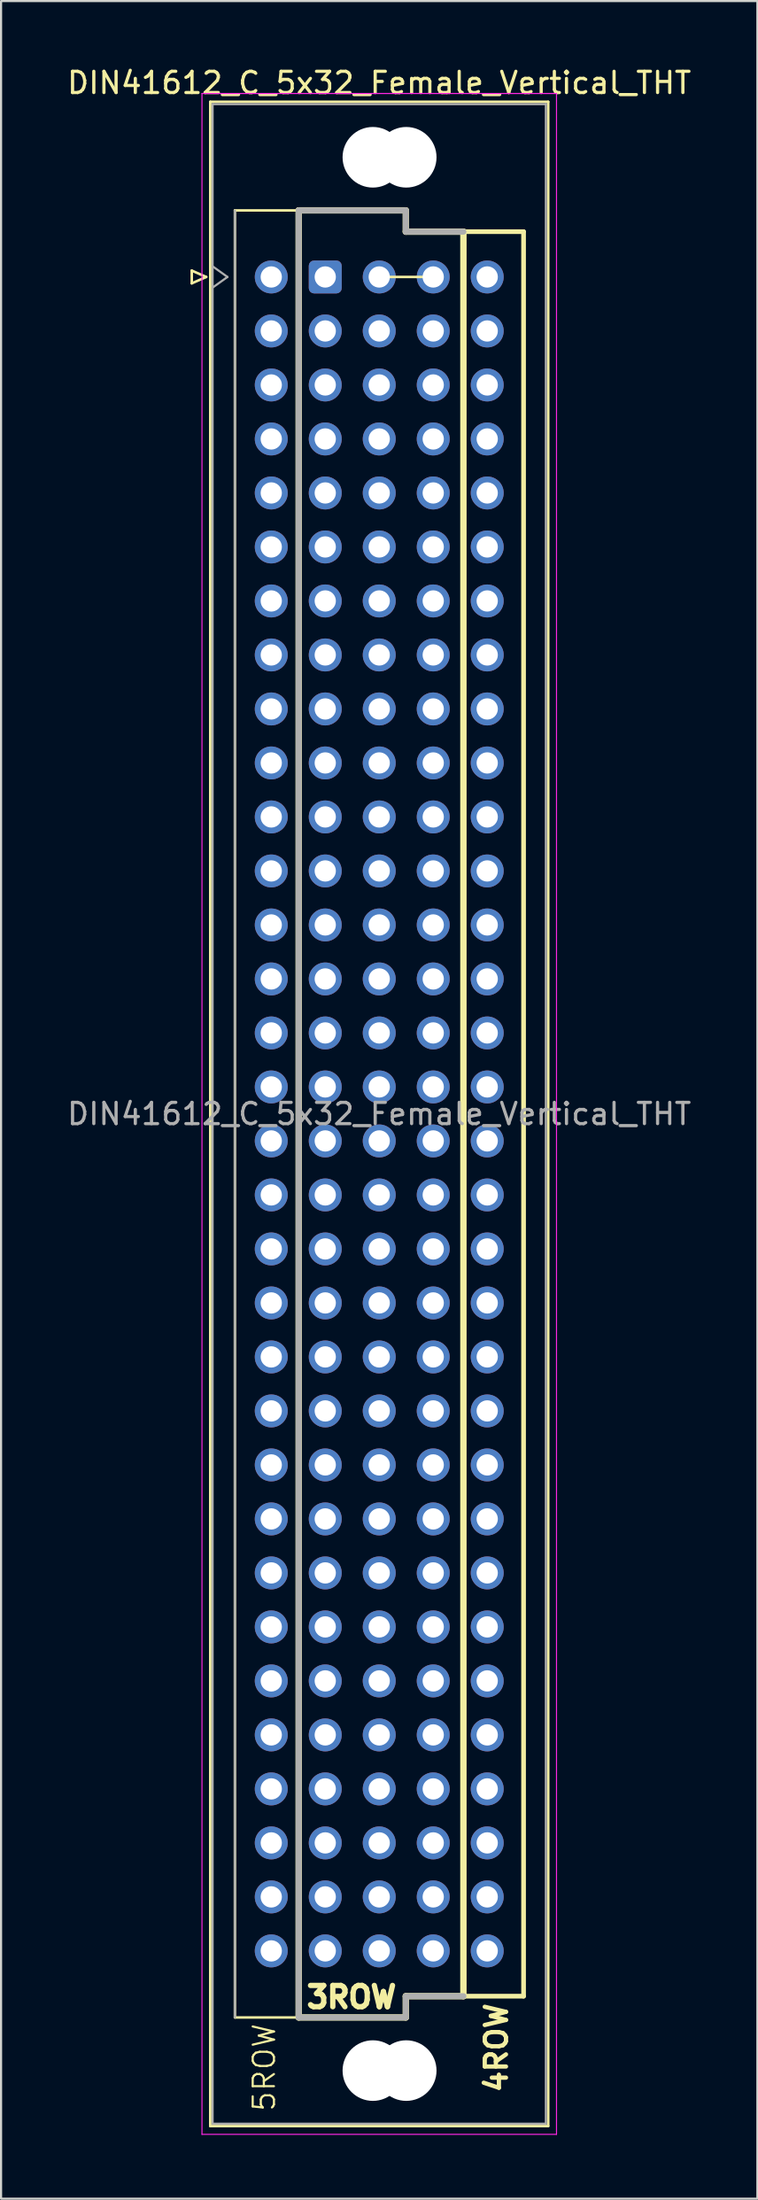
<source format=kicad_pcb>
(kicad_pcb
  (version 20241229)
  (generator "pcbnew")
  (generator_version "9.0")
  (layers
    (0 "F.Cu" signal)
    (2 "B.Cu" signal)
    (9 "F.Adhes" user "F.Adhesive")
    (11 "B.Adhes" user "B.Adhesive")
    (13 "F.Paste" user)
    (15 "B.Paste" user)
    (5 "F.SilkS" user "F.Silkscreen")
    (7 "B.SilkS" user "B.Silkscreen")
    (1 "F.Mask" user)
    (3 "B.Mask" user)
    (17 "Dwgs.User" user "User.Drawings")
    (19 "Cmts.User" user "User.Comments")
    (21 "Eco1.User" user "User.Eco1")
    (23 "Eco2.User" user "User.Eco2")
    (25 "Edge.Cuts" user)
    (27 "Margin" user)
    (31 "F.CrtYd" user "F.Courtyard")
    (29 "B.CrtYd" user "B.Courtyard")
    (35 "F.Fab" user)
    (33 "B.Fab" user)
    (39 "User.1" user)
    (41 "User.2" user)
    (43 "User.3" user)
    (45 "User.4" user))
  (footprint "DIN41612_C_5x32_Female_Vertical_THT"
    (layer "F.Cu")
    (at 12.252 9.978)
    (property "Reference" "DIN41612_C_5x32_Female_Vertical_THT" (at 2.54 -9.13 0) (layer "F.SilkS") (effects (font (size 1 1) (thickness 0.15))))
    (attr through_hole)
    (fp_line (start -6.28 -0.3) (end -6.28 0.3) (stroke (width 0.12) (type solid)) (layer "F.SilkS"))
    (fp_line (start -6.28 0.3) (end -5.6 0) (stroke (width 0.12) (type solid)) (layer "F.SilkS"))
    (fp_line (start -5.6 0) (end -6.28 -0.3) (stroke (width 0.12) (type solid)) (layer "F.SilkS"))
    (fp_line (start -5.41 -8.24) (end 10.49 -8.24) (stroke (width 0.12) (type solid)) (layer "F.SilkS"))
    (fp_line (start -5.41 86.98) (end -5.41 -8.24) (stroke (width 0.12) (type solid)) (layer "F.SilkS"))
    (fp_line (start -4.25 81.87) (end -4.25 -3.131) (stroke (width 0.12) (type solid)) (layer "F.SilkS"))
    (fp_line (start -1.25 -3.131) (end -4.25 -3.131) (stroke (width 0.12) (type solid)) (layer "F.SilkS"))
    (fp_line (start -1.25 -3.131) (end 3.79 -3.131) (stroke (width 0.3) (type solid)) (layer "F.SilkS"))
    (fp_line (start -1.25 81.87) (end -4.25 81.87) (stroke (width 0.12) (type solid)) (layer "F.SilkS"))
    (fp_line (start -1.25 81.87) (end -1.25 -3.131) (stroke (width 0.3) (type solid)) (layer "F.SilkS"))
    (fp_line (start 2.54 0) (end 5.08 0) (stroke (width 0.12) (type default)) (layer "F.SilkS"))
    (fp_line (start 3.79 -3.131) (end 3.79 -2.131) (stroke (width 0.3) (type solid)) (layer "F.SilkS"))
    (fp_line (start 3.79 -2.131) (end 6.5 -2.131) (stroke (width 0.3) (type solid)) (layer "F.SilkS"))
    (fp_line (start 3.79 80.87) (end 3.79 81.87) (stroke (width 0.3) (type solid)) (layer "F.SilkS"))
    (fp_line (start 3.79 81.87) (end -1.25 81.87) (stroke (width 0.3) (type solid)) (layer "F.SilkS"))
    (fp_line (start 6.5 -2.131) (end 6.5 80.87) (stroke (width 0.3) (type solid)) (layer "F.SilkS"))
    (fp_line (start 6.5 80.87) (end 3.79 80.87) (stroke (width 0.3) (type solid)) (layer "F.SilkS"))
    (fp_line (start 9.33 -2.131) (end 6.5 -2.131) (stroke (width 0.22) (type solid)) (layer "F.SilkS"))
    (fp_line (start 9.33 -2.131) (end 9.33 80.87) (stroke (width 0.22) (type solid)) (layer "F.SilkS"))
    (fp_line (start 9.33 80.87) (end 6.5 80.87) (stroke (width 0.22) (type solid)) (layer "F.SilkS"))
    (fp_line (start 10.49 -8.24) (end 10.49 86.98) (stroke (width 0.12) (type solid)) (layer "F.SilkS"))
    (fp_line (start 10.49 86.98) (end -5.41 86.98) (stroke (width 0.12) (type solid)) (layer "F.SilkS"))
    (fp_line (start -5.8 -8.63) (end 10.88 -8.63) (stroke (width 0.05) (type solid)) (layer "F.CrtYd"))
    (fp_line (start -5.8 87.37) (end -5.8 -8.63) (stroke (width 0.05) (type solid)) (layer "F.CrtYd"))
    (fp_line (start 10.88 -8.63) (end 10.88 87.37) (stroke (width 0.05) (type solid)) (layer "F.CrtYd"))
    (fp_line (start 10.88 87.37) (end -5.8 87.37) (stroke (width 0.05) (type solid)) (layer "F.CrtYd"))
    (fp_line (start -5.3 -8.13) (end 10.38 -8.13) (stroke (width 0.1) (type solid)) (layer "F.Fab"))
    (fp_line (start -5.3 -0.5) (end -4.6 0) (stroke (width 0.1) (type solid)) (layer "F.Fab"))
    (fp_line (start -5.3 86.87) (end -5.3 -8.13) (stroke (width 0.1) (type solid)) (layer "F.Fab"))
    (fp_line (start -4.6 0) (end -5.3 0.5) (stroke (width 0.1) (type solid)) (layer "F.Fab"))
    (fp_line (start -4.25 81.87) (end -4.25 -3.13) (stroke (width 0.1) (type solid)) (layer "F.Fab"))
    (fp_line (start -1.25 -3.13) (end 3.79 -3.13) (stroke (width 0.28) (type solid)) (layer "F.Fab"))
    (fp_line (start -1.25 81.87) (end -1.25 -3.13) (stroke (width 0.28) (type solid)) (layer "F.Fab"))
    (fp_line (start 3.79 -3.13) (end 3.79 -2.13) (stroke (width 0.28) (type solid)) (layer "F.Fab"))
    (fp_line (start 3.79 -2.13) (end 6.5 -2.13) (stroke (width 0.28) (type solid)) (layer "F.Fab"))
    (fp_line (start 3.79 80.87) (end 3.79 81.87) (stroke (width 0.28) (type solid)) (layer "F.Fab"))
    (fp_line (start 3.79 81.87) (end -1.25 81.87) (stroke (width 0.28) (type solid)) (layer "F.Fab"))
    (fp_line (start 6.5 80.87) (end 3.79 80.87) (stroke (width 0.28) (type solid)) (layer "F.Fab"))
    (fp_line (start 10.38 -8.13) (end 10.38 86.87) (stroke (width 0.1) (type solid)) (layer "F.Fab"))
    (fp_line (start 10.38 86.87) (end -5.3 86.87) (stroke (width 0.1) (type solid)) (layer "F.Fab"))
    (fp_text user "5ROW" (at -2.286 86.36 90) (unlocked yes) (layer "F.SilkS") (effects (font (size 1 1) (thickness 0.1)) (justify left bottom)))
    (fp_text user "4ROW" (at 8.636 85.5 90) (unlocked yes) (layer "F.SilkS") (effects (font (size 1 1) (thickness 0.2) (bold yes)) (justify left bottom)))
    (fp_text user "3ROW" (at -1 81.5 0) (unlocked yes) (layer "F.SilkS") (effects (font (size 1 1) (thickness 0.25) (bold yes)) (justify left bottom)))
    (fp_text user "${REFERENCE}" (at 2.54 39.37 0) (layer "F.Fab") (effects (font (size 1 1) (thickness 0.15))))
    (pad "" np_thru_hole circle (at 2.24 -5.63) (size 2.85 2.85) (drill 2.85) (layers "*.Cu" "*.Mask"))
    (pad "" np_thru_hole circle (at 2.24 84.37) (size 2.85 2.85) (drill 2.85) (layers "*.Cu" "*.Mask"))
    (pad "" np_thru_hole circle (at 3.81 -5.63) (size 2.85 2.85) (drill 2.85) (layers "*.Cu" "*.Mask"))
    (pad "" np_thru_hole circle (at 3.81 84.37) (size 2.85 2.85) (drill 2.85) (layers "*.Cu" "*.Mask"))
    (pad "a1" thru_hole roundrect (at 0 0) (size 1.55 1.55) (drill 1) (layers "*.Cu" "*.Mask") (roundrect_rratio 0.161))
    (pad "a2" thru_hole circle (at 0 2.54) (size 1.55 1.55) (drill 1) (layers "*.Cu" "*.Mask"))
    (pad "a3" thru_hole circle (at 0 5.08) (size 1.55 1.55) (drill 1) (layers "*.Cu" "*.Mask"))
    (pad "a4" thru_hole circle (at 0 7.62) (size 1.55 1.55) (drill 1) (layers "*.Cu" "*.Mask"))
    (pad "a5" thru_hole circle (at 0 10.16) (size 1.55 1.55) (drill 1) (layers "*.Cu" "*.Mask"))
    (pad "a6" thru_hole circle (at 0 12.7) (size 1.55 1.55) (drill 1) (layers "*.Cu" "*.Mask"))
    (pad "a7" thru_hole circle (at 0 15.24) (size 1.55 1.55) (drill 1) (layers "*.Cu" "*.Mask"))
    (pad "a8" thru_hole circle (at 0 17.78) (size 1.55 1.55) (drill 1) (layers "*.Cu" "*.Mask"))
    (pad "a9" thru_hole circle (at 0 20.32) (size 1.55 1.55) (drill 1) (layers "*.Cu" "*.Mask"))
    (pad "a10" thru_hole circle (at 0 22.86) (size 1.55 1.55) (drill 1) (layers "*.Cu" "*.Mask"))
    (pad "a11" thru_hole circle (at 0 25.4) (size 1.55 1.55) (drill 1) (layers "*.Cu" "*.Mask"))
    (pad "a12" thru_hole circle (at 0 27.94) (size 1.55 1.55) (drill 1) (layers "*.Cu" "*.Mask"))
    (pad "a13" thru_hole circle (at 0 30.48) (size 1.55 1.55) (drill 1) (layers "*.Cu" "*.Mask"))
    (pad "a14" thru_hole circle (at 0 33.02) (size 1.55 1.55) (drill 1) (layers "*.Cu" "*.Mask"))
    (pad "a15" thru_hole circle (at 0 35.56) (size 1.55 1.55) (drill 1) (layers "*.Cu" "*.Mask"))
    (pad "a16" thru_hole circle (at 0 38.1) (size 1.55 1.55) (drill 1) (layers "*.Cu" "*.Mask"))
    (pad "a17" thru_hole circle (at 0 40.64) (size 1.55 1.55) (drill 1) (layers "*.Cu" "*.Mask"))
    (pad "a18" thru_hole circle (at 0 43.18) (size 1.55 1.55) (drill 1) (layers "*.Cu" "*.Mask"))
    (pad "a19" thru_hole circle (at 0 45.72) (size 1.55 1.55) (drill 1) (layers "*.Cu" "*.Mask"))
    (pad "a20" thru_hole circle (at 0 48.26) (size 1.55 1.55) (drill 1) (layers "*.Cu" "*.Mask"))
    (pad "a21" thru_hole circle (at 0 50.8) (size 1.55 1.55) (drill 1) (layers "*.Cu" "*.Mask"))
    (pad "a22" thru_hole circle (at 0 53.34) (size 1.55 1.55) (drill 1) (layers "*.Cu" "*.Mask"))
    (pad "a23" thru_hole circle (at 0 55.88) (size 1.55 1.55) (drill 1) (layers "*.Cu" "*.Mask"))
    (pad "a24" thru_hole circle (at 0 58.42) (size 1.55 1.55) (drill 1) (layers "*.Cu" "*.Mask"))
    (pad "a25" thru_hole circle (at 0 60.96) (size 1.55 1.55) (drill 1) (layers "*.Cu" "*.Mask"))
    (pad "a26" thru_hole circle (at 0 63.5) (size 1.55 1.55) (drill 1) (layers "*.Cu" "*.Mask"))
    (pad "a27" thru_hole circle (at 0 66.04) (size 1.55 1.55) (drill 1) (layers "*.Cu" "*.Mask"))
    (pad "a28" thru_hole circle (at 0 68.58) (size 1.55 1.55) (drill 1) (layers "*.Cu" "*.Mask"))
    (pad "a29" thru_hole circle (at 0 71.12) (size 1.55 1.55) (drill 1) (layers "*.Cu" "*.Mask"))
    (pad "a30" thru_hole circle (at 0 73.66) (size 1.55 1.55) (drill 1) (layers "*.Cu" "*.Mask"))
    (pad "a31" thru_hole circle (at 0 76.2) (size 1.55 1.55) (drill 1) (layers "*.Cu" "*.Mask"))
    (pad "a32" thru_hole circle (at 0 78.74) (size 1.55 1.55) (drill 1) (layers "*.Cu" "*.Mask"))
    (pad "b1" thru_hole circle (at 2.54 0) (size 1.55 1.55) (drill 1) (layers "*.Cu" "*.Mask"))
    (pad "b2" thru_hole circle (at 2.54 2.54) (size 1.55 1.55) (drill 1) (layers "*.Cu" "*.Mask"))
    (pad "b3" thru_hole circle (at 2.54 5.08) (size 1.55 1.55) (drill 1) (layers "*.Cu" "*.Mask"))
    (pad "b4" thru_hole circle (at 2.54 7.62) (size 1.55 1.55) (drill 1) (layers "*.Cu" "*.Mask"))
    (pad "b5" thru_hole circle (at 2.54 10.16) (size 1.55 1.55) (drill 1) (layers "*.Cu" "*.Mask"))
    (pad "b6" thru_hole circle (at 2.54 12.7) (size 1.55 1.55) (drill 1) (layers "*.Cu" "*.Mask"))
    (pad "b7" thru_hole circle (at 2.54 15.24) (size 1.55 1.55) (drill 1) (layers "*.Cu" "*.Mask"))
    (pad "b8" thru_hole circle (at 2.54 17.78) (size 1.55 1.55) (drill 1) (layers "*.Cu" "*.Mask"))
    (pad "b9" thru_hole circle (at 2.54 20.32) (size 1.55 1.55) (drill 1) (layers "*.Cu" "*.Mask"))
    (pad "b10" thru_hole circle (at 2.54 22.86) (size 1.55 1.55) (drill 1) (layers "*.Cu" "*.Mask"))
    (pad "b11" thru_hole circle (at 2.54 25.4) (size 1.55 1.55) (drill 1) (layers "*.Cu" "*.Mask"))
    (pad "b12" thru_hole circle (at 2.54 27.94) (size 1.55 1.55) (drill 1) (layers "*.Cu" "*.Mask"))
    (pad "b13" thru_hole circle (at 2.54 30.48) (size 1.55 1.55) (drill 1) (layers "*.Cu" "*.Mask"))
    (pad "b14" thru_hole circle (at 2.54 33.02) (size 1.55 1.55) (drill 1) (layers "*.Cu" "*.Mask"))
    (pad "b15" thru_hole circle (at 2.54 35.56) (size 1.55 1.55) (drill 1) (layers "*.Cu" "*.Mask"))
    (pad "b16" thru_hole circle (at 2.54 38.1) (size 1.55 1.55) (drill 1) (layers "*.Cu" "*.Mask"))
    (pad "b17" thru_hole circle (at 2.54 40.64) (size 1.55 1.55) (drill 1) (layers "*.Cu" "*.Mask"))
    (pad "b18" thru_hole circle (at 2.54 43.18) (size 1.55 1.55) (drill 1) (layers "*.Cu" "*.Mask"))
    (pad "b19" thru_hole circle (at 2.54 45.72) (size 1.55 1.55) (drill 1) (layers "*.Cu" "*.Mask"))
    (pad "b20" thru_hole circle (at 2.54 48.26) (size 1.55 1.55) (drill 1) (layers "*.Cu" "*.Mask"))
    (pad "b21" thru_hole circle (at 2.54 50.8) (size 1.55 1.55) (drill 1) (layers "*.Cu" "*.Mask"))
    (pad "b22" thru_hole circle (at 2.54 53.34) (size 1.55 1.55) (drill 1) (layers "*.Cu" "*.Mask"))
    (pad "b23" thru_hole circle (at 2.54 55.88) (size 1.55 1.55) (drill 1) (layers "*.Cu" "*.Mask"))
    (pad "b24" thru_hole circle (at 2.54 58.42) (size 1.55 1.55) (drill 1) (layers "*.Cu" "*.Mask"))
    (pad "b25" thru_hole circle (at 2.54 60.96) (size 1.55 1.55) (drill 1) (layers "*.Cu" "*.Mask"))
    (pad "b26" thru_hole circle (at 2.54 63.5) (size 1.55 1.55) (drill 1) (layers "*.Cu" "*.Mask"))
    (pad "b27" thru_hole circle (at 2.54 66.04) (size 1.55 1.55) (drill 1) (layers "*.Cu" "*.Mask"))
    (pad "b28" thru_hole circle (at 2.54 68.58) (size 1.55 1.55) (drill 1) (layers "*.Cu" "*.Mask"))
    (pad "b29" thru_hole circle (at 2.54 71.12) (size 1.55 1.55) (drill 1) (layers "*.Cu" "*.Mask"))
    (pad "b30" thru_hole circle (at 2.54 73.66) (size 1.55 1.55) (drill 1) (layers "*.Cu" "*.Mask"))
    (pad "b31" thru_hole circle (at 2.54 76.2) (size 1.55 1.55) (drill 1) (layers "*.Cu" "*.Mask"))
    (pad "b32" thru_hole circle (at 2.54 78.74) (size 1.55 1.55) (drill 1) (layers "*.Cu" "*.Mask"))
    (pad "c1" thru_hole circle (at 5.08 0) (size 1.55 1.55) (drill 1) (layers "*.Cu" "*.Mask"))
    (pad "c2" thru_hole circle (at 5.08 2.54) (size 1.55 1.55) (drill 1) (layers "*.Cu" "*.Mask"))
    (pad "c3" thru_hole circle (at 5.08 5.08) (size 1.55 1.55) (drill 1) (layers "*.Cu" "*.Mask"))
    (pad "c4" thru_hole circle (at 5.08 7.62) (size 1.55 1.55) (drill 1) (layers "*.Cu" "*.Mask"))
    (pad "c5" thru_hole circle (at 5.08 10.16) (size 1.55 1.55) (drill 1) (layers "*.Cu" "*.Mask"))
    (pad "c6" thru_hole circle (at 5.08 12.7) (size 1.55 1.55) (drill 1) (layers "*.Cu" "*.Mask"))
    (pad "c7" thru_hole circle (at 5.08 15.24) (size 1.55 1.55) (drill 1) (layers "*.Cu" "*.Mask"))
    (pad "c8" thru_hole circle (at 5.08 17.78) (size 1.55 1.55) (drill 1) (layers "*.Cu" "*.Mask"))
    (pad "c9" thru_hole circle (at 5.08 20.32) (size 1.55 1.55) (drill 1) (layers "*.Cu" "*.Mask"))
    (pad "c10" thru_hole circle (at 5.08 22.86) (size 1.55 1.55) (drill 1) (layers "*.Cu" "*.Mask"))
    (pad "c11" thru_hole circle (at 5.08 25.4) (size 1.55 1.55) (drill 1) (layers "*.Cu" "*.Mask"))
    (pad "c12" thru_hole circle (at 5.08 27.94) (size 1.55 1.55) (drill 1) (layers "*.Cu" "*.Mask"))
    (pad "c13" thru_hole circle (at 5.08 30.48) (size 1.55 1.55) (drill 1) (layers "*.Cu" "*.Mask"))
    (pad "c14" thru_hole circle (at 5.08 33.02) (size 1.55 1.55) (drill 1) (layers "*.Cu" "*.Mask"))
    (pad "c15" thru_hole circle (at 5.08 35.56) (size 1.55 1.55) (drill 1) (layers "*.Cu" "*.Mask"))
    (pad "c16" thru_hole circle (at 5.08 38.1) (size 1.55 1.55) (drill 1) (layers "*.Cu" "*.Mask"))
    (pad "c17" thru_hole circle (at 5.08 40.64) (size 1.55 1.55) (drill 1) (layers "*.Cu" "*.Mask"))
    (pad "c18" thru_hole circle (at 5.08 43.18) (size 1.55 1.55) (drill 1) (layers "*.Cu" "*.Mask"))
    (pad "c19" thru_hole circle (at 5.08 45.72) (size 1.55 1.55) (drill 1) (layers "*.Cu" "*.Mask"))
    (pad "c20" thru_hole circle (at 5.08 48.26) (size 1.55 1.55) (drill 1) (layers "*.Cu" "*.Mask"))
    (pad "c21" thru_hole circle (at 5.08 50.8) (size 1.55 1.55) (drill 1) (layers "*.Cu" "*.Mask"))
    (pad "c22" thru_hole circle (at 5.08 53.34) (size 1.55 1.55) (drill 1) (layers "*.Cu" "*.Mask"))
    (pad "c23" thru_hole circle (at 5.08 55.88) (size 1.55 1.55) (drill 1) (layers "*.Cu" "*.Mask"))
    (pad "c24" thru_hole circle (at 5.08 58.42) (size 1.55 1.55) (drill 1) (layers "*.Cu" "*.Mask"))
    (pad "c25" thru_hole circle (at 5.08 60.96) (size 1.55 1.55) (drill 1) (layers "*.Cu" "*.Mask"))
    (pad "c26" thru_hole circle (at 5.08 63.5) (size 1.55 1.55) (drill 1) (layers "*.Cu" "*.Mask"))
    (pad "c27" thru_hole circle (at 5.08 66.04) (size 1.55 1.55) (drill 1) (layers "*.Cu" "*.Mask"))
    (pad "c28" thru_hole circle (at 5.08 68.58) (size 1.55 1.55) (drill 1) (layers "*.Cu" "*.Mask"))
    (pad "c29" thru_hole circle (at 5.08 71.12) (size 1.55 1.55) (drill 1) (layers "*.Cu" "*.Mask"))
    (pad "c30" thru_hole circle (at 5.08 73.66) (size 1.55 1.55) (drill 1) (layers "*.Cu" "*.Mask"))
    (pad "c31" thru_hole circle (at 5.08 76.2) (size 1.55 1.55) (drill 1) (layers "*.Cu" "*.Mask"))
    (pad "c32" thru_hole circle (at 5.08 78.74) (size 1.55 1.55) (drill 1) (layers "*.Cu" "*.Mask"))
    (pad "d1" thru_hole circle (at 7.62 0) (size 1.55 1.55) (drill 1) (layers "*.Cu" "*.Mask"))
    (pad "d2" thru_hole circle (at 7.62 2.54) (size 1.55 1.55) (drill 1) (layers "*.Cu" "*.Mask"))
    (pad "d3" thru_hole circle (at 7.62 5.08) (size 1.55 1.55) (drill 1) (layers "*.Cu" "*.Mask"))
    (pad "d4" thru_hole circle (at 7.62 7.62) (size 1.55 1.55) (drill 1) (layers "*.Cu" "*.Mask"))
    (pad "d5" thru_hole circle (at 7.62 10.16) (size 1.55 1.55) (drill 1) (layers "*.Cu" "*.Mask"))
    (pad "d6" thru_hole circle (at 7.62 12.7) (size 1.55 1.55) (drill 1) (layers "*.Cu" "*.Mask"))
    (pad "d7" thru_hole circle (at 7.62 15.24) (size 1.55 1.55) (drill 1) (layers "*.Cu" "*.Mask"))
    (pad "d8" thru_hole circle (at 7.62 17.78) (size 1.55 1.55) (drill 1) (layers "*.Cu" "*.Mask"))
    (pad "d9" thru_hole circle (at 7.62 20.32) (size 1.55 1.55) (drill 1) (layers "*.Cu" "*.Mask"))
    (pad "d10" thru_hole circle (at 7.62 22.86) (size 1.55 1.55) (drill 1) (layers "*.Cu" "*.Mask"))
    (pad "d11" thru_hole circle (at 7.62 25.4) (size 1.55 1.55) (drill 1) (layers "*.Cu" "*.Mask"))
    (pad "d12" thru_hole circle (at 7.62 27.94) (size 1.55 1.55) (drill 1) (layers "*.Cu" "*.Mask"))
    (pad "d13" thru_hole circle (at 7.62 30.48) (size 1.55 1.55) (drill 1) (layers "*.Cu" "*.Mask"))
    (pad "d14" thru_hole circle (at 7.62 33.02) (size 1.55 1.55) (drill 1) (layers "*.Cu" "*.Mask"))
    (pad "d15" thru_hole circle (at 7.62 35.56) (size 1.55 1.55) (drill 1) (layers "*.Cu" "*.Mask"))
    (pad "d16" thru_hole circle (at 7.62 38.1) (size 1.55 1.55) (drill 1) (layers "*.Cu" "*.Mask"))
    (pad "d17" thru_hole circle (at 7.62 40.64) (size 1.55 1.55) (drill 1) (layers "*.Cu" "*.Mask"))
    (pad "d18" thru_hole circle (at 7.62 43.18) (size 1.55 1.55) (drill 1) (layers "*.Cu" "*.Mask"))
    (pad "d19" thru_hole circle (at 7.62 45.72) (size 1.55 1.55) (drill 1) (layers "*.Cu" "*.Mask"))
    (pad "d20" thru_hole circle (at 7.62 48.26) (size 1.55 1.55) (drill 1) (layers "*.Cu" "*.Mask"))
    (pad "d21" thru_hole circle (at 7.62 50.8) (size 1.55 1.55) (drill 1) (layers "*.Cu" "*.Mask"))
    (pad "d22" thru_hole circle (at 7.62 53.34) (size 1.55 1.55) (drill 1) (layers "*.Cu" "*.Mask"))
    (pad "d23" thru_hole circle (at 7.62 55.88) (size 1.55 1.55) (drill 1) (layers "*.Cu" "*.Mask"))
    (pad "d24" thru_hole circle (at 7.62 58.42) (size 1.55 1.55) (drill 1) (layers "*.Cu" "*.Mask"))
    (pad "d25" thru_hole circle (at 7.62 60.96) (size 1.55 1.55) (drill 1) (layers "*.Cu" "*.Mask"))
    (pad "d26" thru_hole circle (at 7.62 63.5) (size 1.55 1.55) (drill 1) (layers "*.Cu" "*.Mask"))
    (pad "d27" thru_hole circle (at 7.62 66.04) (size 1.55 1.55) (drill 1) (layers "*.Cu" "*.Mask"))
    (pad "d28" thru_hole circle (at 7.62 68.58) (size 1.55 1.55) (drill 1) (layers "*.Cu" "*.Mask"))
    (pad "d29" thru_hole circle (at 7.62 71.12) (size 1.55 1.55) (drill 1) (layers "*.Cu" "*.Mask"))
    (pad "d30" thru_hole circle (at 7.62 73.66) (size 1.55 1.55) (drill 1) (layers "*.Cu" "*.Mask"))
    (pad "d31" thru_hole circle (at 7.62 76.2) (size 1.55 1.55) (drill 1) (layers "*.Cu" "*.Mask"))
    (pad "d32" thru_hole circle (at 7.62 78.74) (size 1.55 1.55) (drill 1) (layers "*.Cu" "*.Mask"))
    (pad "z1" thru_hole circle (at -2.54 0) (size 1.55 1.55) (drill 1) (layers "*.Cu" "*.Mask"))
    (pad "z2" thru_hole circle (at -2.54 2.54) (size 1.55 1.55) (drill 1) (layers "*.Cu" "*.Mask"))
    (pad "z3" thru_hole circle (at -2.54 5.08) (size 1.55 1.55) (drill 1) (layers "*.Cu" "*.Mask"))
    (pad "z4" thru_hole circle (at -2.54 7.62) (size 1.55 1.55) (drill 1) (layers "*.Cu" "*.Mask"))
    (pad "z5" thru_hole circle (at -2.54 10.16) (size 1.55 1.55) (drill 1) (layers "*.Cu" "*.Mask"))
    (pad "z6" thru_hole circle (at -2.54 12.7) (size 1.55 1.55) (drill 1) (layers "*.Cu" "*.Mask"))
    (pad "z7" thru_hole circle (at -2.54 15.24) (size 1.55 1.55) (drill 1) (layers "*.Cu" "*.Mask"))
    (pad "z8" thru_hole circle (at -2.54 17.78) (size 1.55 1.55) (drill 1) (layers "*.Cu" "*.Mask"))
    (pad "z9" thru_hole circle (at -2.54 20.32) (size 1.55 1.55) (drill 1) (layers "*.Cu" "*.Mask"))
    (pad "z10" thru_hole circle (at -2.54 22.86) (size 1.55 1.55) (drill 1) (layers "*.Cu" "*.Mask"))
    (pad "z11" thru_hole circle (at -2.54 25.4) (size 1.55 1.55) (drill 1) (layers "*.Cu" "*.Mask"))
    (pad "z12" thru_hole circle (at -2.54 27.94) (size 1.55 1.55) (drill 1) (layers "*.Cu" "*.Mask"))
    (pad "z13" thru_hole circle (at -2.54 30.48) (size 1.55 1.55) (drill 1) (layers "*.Cu" "*.Mask"))
    (pad "z14" thru_hole circle (at -2.54 33.02) (size 1.55 1.55) (drill 1) (layers "*.Cu" "*.Mask"))
    (pad "z15" thru_hole circle (at -2.54 35.56) (size 1.55 1.55) (drill 1) (layers "*.Cu" "*.Mask"))
    (pad "z16" thru_hole circle (at -2.54 38.1) (size 1.55 1.55) (drill 1) (layers "*.Cu" "*.Mask"))
    (pad "z17" thru_hole circle (at -2.54 40.64) (size 1.55 1.55) (drill 1) (layers "*.Cu" "*.Mask"))
    (pad "z18" thru_hole circle (at -2.54 43.18) (size 1.55 1.55) (drill 1) (layers "*.Cu" "*.Mask"))
    (pad "z19" thru_hole circle (at -2.54 45.72) (size 1.55 1.55) (drill 1) (layers "*.Cu" "*.Mask"))
    (pad "z20" thru_hole circle (at -2.54 48.26) (size 1.55 1.55) (drill 1) (layers "*.Cu" "*.Mask"))
    (pad "z21" thru_hole circle (at -2.54 50.8) (size 1.55 1.55) (drill 1) (layers "*.Cu" "*.Mask"))
    (pad "z22" thru_hole circle (at -2.54 53.34) (size 1.55 1.55) (drill 1) (layers "*.Cu" "*.Mask"))
    (pad "z23" thru_hole circle (at -2.54 55.88) (size 1.55 1.55) (drill 1) (layers "*.Cu" "*.Mask"))
    (pad "z24" thru_hole circle (at -2.54 58.42) (size 1.55 1.55) (drill 1) (layers "*.Cu" "*.Mask"))
    (pad "z25" thru_hole circle (at -2.54 60.96) (size 1.55 1.55) (drill 1) (layers "*.Cu" "*.Mask"))
    (pad "z26" thru_hole circle (at -2.54 63.5) (size 1.55 1.55) (drill 1) (layers "*.Cu" "*.Mask"))
    (pad "z27" thru_hole circle (at -2.54 66.04) (size 1.55 1.55) (drill 1) (layers "*.Cu" "*.Mask"))
    (pad "z28" thru_hole circle (at -2.54 68.58) (size 1.55 1.55) (drill 1) (layers "*.Cu" "*.Mask"))
    (pad "z29" thru_hole circle (at -2.54 71.12) (size 1.55 1.55) (drill 1) (layers "*.Cu" "*.Mask"))
    (pad "z30" thru_hole circle (at -2.54 73.66) (size 1.55 1.55) (drill 1) (layers "*.Cu" "*.Mask"))
    (pad "z31" thru_hole circle (at -2.54 76.2) (size 1.55 1.55) (drill 1) (layers "*.Cu" "*.Mask"))
    (pad "z32" thru_hole circle (at -2.54 78.74) (size 1.55 1.55) (drill 1) (layers "*.Cu" "*.Mask")))
  (gr_rect
    (start -3 -3)
    (end 32.583 100.373)
    (stroke (width 0.1) (type default))
    (fill no)
    (layer "Edge.Cuts")))
</source>
